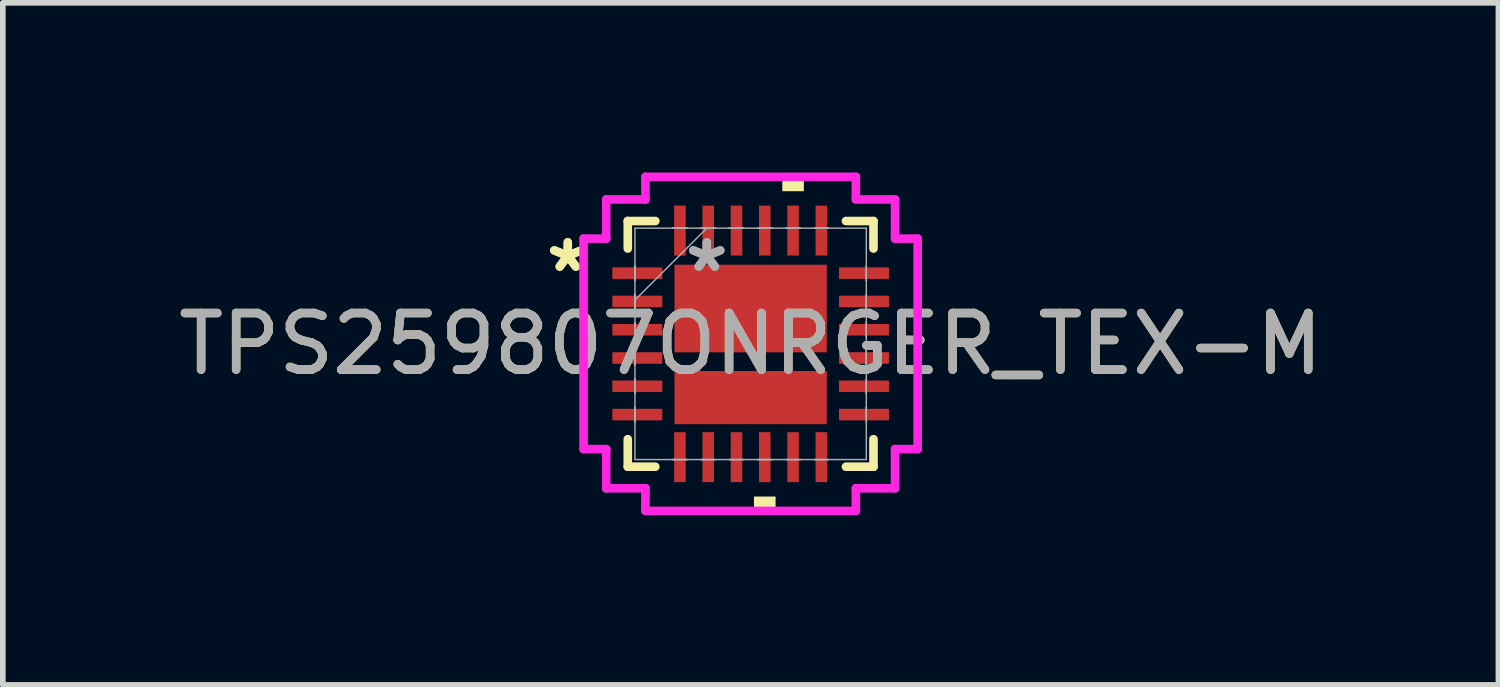
<source format=kicad_pcb>
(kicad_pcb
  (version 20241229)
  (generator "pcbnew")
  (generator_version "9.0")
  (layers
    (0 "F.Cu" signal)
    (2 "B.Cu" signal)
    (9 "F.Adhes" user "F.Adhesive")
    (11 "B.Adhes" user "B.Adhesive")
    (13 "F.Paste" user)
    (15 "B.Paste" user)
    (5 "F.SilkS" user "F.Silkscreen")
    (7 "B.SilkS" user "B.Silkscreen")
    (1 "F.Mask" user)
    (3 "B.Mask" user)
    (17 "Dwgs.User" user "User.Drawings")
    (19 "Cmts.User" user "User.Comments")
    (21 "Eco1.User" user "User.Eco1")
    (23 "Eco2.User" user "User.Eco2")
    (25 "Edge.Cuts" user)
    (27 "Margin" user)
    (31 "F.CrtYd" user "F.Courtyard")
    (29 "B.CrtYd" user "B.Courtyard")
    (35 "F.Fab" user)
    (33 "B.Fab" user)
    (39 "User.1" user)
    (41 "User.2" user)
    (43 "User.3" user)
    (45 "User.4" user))
  (footprint "TPS259807ONRGER_TEX-M"
    (layer "F.Cu")
    (at 10.22 3.029)
    (property "Reference" "TPS259807ONRGER_TEX-M" (at 0 0 0) (unlocked yes) (layer "F.SilkS") (effects (font (size 1 1) (thickness 0.15))))
    (attr smd)
    (fp_line (start -2.172 -2.172) (end -2.172 -1.685) (stroke (width 0.152) (type solid)) (layer "F.SilkS"))
    (fp_line (start -2.172 1.685) (end -2.172 2.172) (stroke (width 0.152) (type solid)) (layer "F.SilkS"))
    (fp_line (start -2.172 2.172) (end -1.685 2.172) (stroke (width 0.152) (type solid)) (layer "F.SilkS"))
    (fp_line (start -1.685 -2.172) (end -2.172 -2.172) (stroke (width 0.152) (type solid)) (layer "F.SilkS"))
    (fp_line (start 1.685 2.172) (end 2.172 2.172) (stroke (width 0.152) (type solid)) (layer "F.SilkS"))
    (fp_line (start 2.172 -2.172) (end 1.685 -2.172) (stroke (width 0.152) (type solid)) (layer "F.SilkS"))
    (fp_line (start 2.172 -1.685) (end 2.172 -2.172) (stroke (width 0.152) (type solid)) (layer "F.SilkS"))
    (fp_line (start 2.172 2.172) (end 2.172 1.685) (stroke (width 0.152) (type solid)) (layer "F.SilkS"))
    (fp_poly (pts (xy 0.059 2.699) (xy 0.059 2.953) (xy 0.441 2.953) (xy 0.441 2.699)) (stroke (width 0) (type solid)) (fill yes) (layer "F.SilkS"))
    (fp_poly (pts (xy 0.56 -2.699) (xy 0.56 -2.953) (xy 0.941 -2.953) (xy 0.941 -2.699)) (stroke (width 0) (type solid)) (fill yes) (layer "F.SilkS"))
    (fp_line (start -2.953 -1.86) (end -2.553 -1.86) (stroke (width 0.152) (type solid)) (layer "F.CrtYd"))
    (fp_line (start -2.953 1.86) (end -2.953 -1.86) (stroke (width 0.152) (type solid)) (layer "F.CrtYd"))
    (fp_line (start -2.553 -2.553) (end -1.86 -2.553) (stroke (width 0.152) (type solid)) (layer "F.CrtYd"))
    (fp_line (start -2.553 -1.86) (end -2.553 -2.553) (stroke (width 0.152) (type solid)) (layer "F.CrtYd"))
    (fp_line (start -2.553 1.86) (end -2.953 1.86) (stroke (width 0.152) (type solid)) (layer "F.CrtYd"))
    (fp_line (start -2.553 2.553) (end -2.553 1.86) (stroke (width 0.152) (type solid)) (layer "F.CrtYd"))
    (fp_line (start -1.86 -2.953) (end 1.86 -2.953) (stroke (width 0.152) (type solid)) (layer "F.CrtYd"))
    (fp_line (start -1.86 -2.553) (end -1.86 -2.953) (stroke (width 0.152) (type solid)) (layer "F.CrtYd"))
    (fp_line (start -1.86 2.553) (end -2.553 2.553) (stroke (width 0.152) (type solid)) (layer "F.CrtYd"))
    (fp_line (start -1.86 2.953) (end -1.86 2.553) (stroke (width 0.152) (type solid)) (layer "F.CrtYd"))
    (fp_line (start 1.86 -2.953) (end 1.86 -2.553) (stroke (width 0.152) (type solid)) (layer "F.CrtYd"))
    (fp_line (start 1.86 -2.553) (end 2.553 -2.553) (stroke (width 0.152) (type solid)) (layer "F.CrtYd"))
    (fp_line (start 1.86 2.553) (end 1.86 2.953) (stroke (width 0.152) (type solid)) (layer "F.CrtYd"))
    (fp_line (start 1.86 2.953) (end -1.86 2.953) (stroke (width 0.152) (type solid)) (layer "F.CrtYd"))
    (fp_line (start 2.553 -2.553) (end 2.553 -1.86) (stroke (width 0.152) (type solid)) (layer "F.CrtYd"))
    (fp_line (start 2.553 -1.86) (end 2.953 -1.86) (stroke (width 0.152) (type solid)) (layer "F.CrtYd"))
    (fp_line (start 2.553 1.86) (end 2.553 2.553) (stroke (width 0.152) (type solid)) (layer "F.CrtYd"))
    (fp_line (start 2.553 2.553) (end 1.86 2.553) (stroke (width 0.152) (type solid)) (layer "F.CrtYd"))
    (fp_line (start 2.953 -1.86) (end 2.953 1.86) (stroke (width 0.152) (type solid)) (layer "F.CrtYd"))
    (fp_line (start 2.953 1.86) (end 2.553 1.86) (stroke (width 0.152) (type solid)) (layer "F.CrtYd"))
    (fp_line (start -2.045 -2.045) (end -2.045 2.045) (stroke (width 0.025) (type solid)) (layer "F.Fab"))
    (fp_line (start -2.045 -1.377) (end -2.045 -1.377) (stroke (width 0.025) (type solid)) (layer "F.Fab"))
    (fp_line (start -2.045 -1.377) (end -2.045 -1.123) (stroke (width 0.025) (type solid)) (layer "F.Fab"))
    (fp_line (start -2.045 -1.123) (end -2.045 -1.377) (stroke (width 0.025) (type solid)) (layer "F.Fab"))
    (fp_line (start -2.045 -1.123) (end -2.045 -1.123) (stroke (width 0.025) (type solid)) (layer "F.Fab"))
    (fp_line (start -2.045 -0.877) (end -2.045 -0.877) (stroke (width 0.025) (type solid)) (layer "F.Fab"))
    (fp_line (start -2.045 -0.877) (end -2.045 -0.623) (stroke (width 0.025) (type solid)) (layer "F.Fab"))
    (fp_line (start -2.045 -0.775) (end -0.775 -2.045) (stroke (width 0.025) (type solid)) (layer "F.Fab"))
    (fp_line (start -2.045 -0.623) (end -2.045 -0.877) (stroke (width 0.025) (type solid)) (layer "F.Fab"))
    (fp_line (start -2.045 -0.623) (end -2.045 -0.623) (stroke (width 0.025) (type solid)) (layer "F.Fab"))
    (fp_line (start -2.045 -0.377) (end -2.045 -0.377) (stroke (width 0.025) (type solid)) (layer "F.Fab"))
    (fp_line (start -2.045 -0.377) (end -2.045 -0.123) (stroke (width 0.025) (type solid)) (layer "F.Fab"))
    (fp_line (start -2.045 -0.123) (end -2.045 -0.377) (stroke (width 0.025) (type solid)) (layer "F.Fab"))
    (fp_line (start -2.045 -0.123) (end -2.045 -0.123) (stroke (width 0.025) (type solid)) (layer "F.Fab"))
    (fp_line (start -2.045 0.123) (end -2.045 0.123) (stroke (width 0.025) (type solid)) (layer "F.Fab"))
    (fp_line (start -2.045 0.123) (end -2.045 0.377) (stroke (width 0.025) (type solid)) (layer "F.Fab"))
    (fp_line (start -2.045 0.377) (end -2.045 0.123) (stroke (width 0.025) (type solid)) (layer "F.Fab"))
    (fp_line (start -2.045 0.377) (end -2.045 0.377) (stroke (width 0.025) (type solid)) (layer "F.Fab"))
    (fp_line (start -2.045 0.623) (end -2.045 0.623) (stroke (width 0.025) (type solid)) (layer "F.Fab"))
    (fp_line (start -2.045 0.623) (end -2.045 0.877) (stroke (width 0.025) (type solid)) (layer "F.Fab"))
    (fp_line (start -2.045 0.877) (end -2.045 0.623) (stroke (width 0.025) (type solid)) (layer "F.Fab"))
    (fp_line (start -2.045 0.877) (end -2.045 0.877) (stroke (width 0.025) (type solid)) (layer "F.Fab"))
    (fp_line (start -2.045 1.123) (end -2.045 1.123) (stroke (width 0.025) (type solid)) (layer "F.Fab"))
    (fp_line (start -2.045 1.123) (end -2.045 1.377) (stroke (width 0.025) (type solid)) (layer "F.Fab"))
    (fp_line (start -2.045 1.377) (end -2.045 1.123) (stroke (width 0.025) (type solid)) (layer "F.Fab"))
    (fp_line (start -2.045 1.377) (end -2.045 1.377) (stroke (width 0.025) (type solid)) (layer "F.Fab"))
    (fp_line (start -2.045 2.045) (end 2.045 2.045) (stroke (width 0.025) (type solid)) (layer "F.Fab"))
    (fp_line (start -1.377 -2.045) (end -1.377 -2.045) (stroke (width 0.025) (type solid)) (layer "F.Fab"))
    (fp_line (start -1.377 -2.045) (end -1.123 -2.045) (stroke (width 0.025) (type solid)) (layer "F.Fab"))
    (fp_line (start -1.377 2.045) (end -1.377 2.045) (stroke (width 0.025) (type solid)) (layer "F.Fab"))
    (fp_line (start -1.377 2.045) (end -1.123 2.045) (stroke (width 0.025) (type solid)) (layer "F.Fab"))
    (fp_line (start -1.123 -2.045) (end -1.377 -2.045) (stroke (width 0.025) (type solid)) (layer "F.Fab"))
    (fp_line (start -1.123 -2.045) (end -1.123 -2.045) (stroke (width 0.025) (type solid)) (layer "F.Fab"))
    (fp_line (start -1.123 2.045) (end -1.377 2.045) (stroke (width 0.025) (type solid)) (layer "F.Fab"))
    (fp_line (start -1.123 2.045) (end -1.123 2.045) (stroke (width 0.025) (type solid)) (layer "F.Fab"))
    (fp_line (start -0.877 -2.045) (end -0.877 -2.045) (stroke (width 0.025) (type solid)) (layer "F.Fab"))
    (fp_line (start -0.877 -2.045) (end -0.623 -2.045) (stroke (width 0.025) (type solid)) (layer "F.Fab"))
    (fp_line (start -0.877 2.045) (end -0.877 2.045) (stroke (width 0.025) (type solid)) (layer "F.Fab"))
    (fp_line (start -0.877 2.045) (end -0.623 2.045) (stroke (width 0.025) (type solid)) (layer "F.Fab"))
    (fp_line (start -0.623 -2.045) (end -0.877 -2.045) (stroke (width 0.025) (type solid)) (layer "F.Fab"))
    (fp_line (start -0.623 -2.045) (end -0.623 -2.045) (stroke (width 0.025) (type solid)) (layer "F.Fab"))
    (fp_line (start -0.623 2.045) (end -0.877 2.045) (stroke (width 0.025) (type solid)) (layer "F.Fab"))
    (fp_line (start -0.623 2.045) (end -0.623 2.045) (stroke (width 0.025) (type solid)) (layer "F.Fab"))
    (fp_line (start -0.377 -2.045) (end -0.377 -2.045) (stroke (width 0.025) (type solid)) (layer "F.Fab"))
    (fp_line (start -0.377 -2.045) (end -0.123 -2.045) (stroke (width 0.025) (type solid)) (layer "F.Fab"))
    (fp_line (start -0.377 2.045) (end -0.377 2.045) (stroke (width 0.025) (type solid)) (layer "F.Fab"))
    (fp_line (start -0.377 2.045) (end -0.123 2.045) (stroke (width 0.025) (type solid)) (layer "F.Fab"))
    (fp_line (start -0.123 -2.045) (end -0.377 -2.045) (stroke (width 0.025) (type solid)) (layer "F.Fab"))
    (fp_line (start -0.123 -2.045) (end -0.123 -2.045) (stroke (width 0.025) (type solid)) (layer "F.Fab"))
    (fp_line (start -0.123 2.045) (end -0.377 2.045) (stroke (width 0.025) (type solid)) (layer "F.Fab"))
    (fp_line (start -0.123 2.045) (end -0.123 2.045) (stroke (width 0.025) (type solid)) (layer "F.Fab"))
    (fp_line (start 0.123 -2.045) (end 0.123 -2.045) (stroke (width 0.025) (type solid)) (layer "F.Fab"))
    (fp_line (start 0.123 -2.045) (end 0.377 -2.045) (stroke (width 0.025) (type solid)) (layer "F.Fab"))
    (fp_line (start 0.123 2.045) (end 0.123 2.045) (stroke (width 0.025) (type solid)) (layer "F.Fab"))
    (fp_line (start 0.123 2.045) (end 0.377 2.045) (stroke (width 0.025) (type solid)) (layer "F.Fab"))
    (fp_line (start 0.377 -2.045) (end 0.123 -2.045) (stroke (width 0.025) (type solid)) (layer "F.Fab"))
    (fp_line (start 0.377 -2.045) (end 0.377 -2.045) (stroke (width 0.025) (type solid)) (layer "F.Fab"))
    (fp_line (start 0.377 2.045) (end 0.123 2.045) (stroke (width 0.025) (type solid)) (layer "F.Fab"))
    (fp_line (start 0.377 2.045) (end 0.377 2.045) (stroke (width 0.025) (type solid)) (layer "F.Fab"))
    (fp_line (start 0.623 -2.045) (end 0.623 -2.045) (stroke (width 0.025) (type solid)) (layer "F.Fab"))
    (fp_line (start 0.623 -2.045) (end 0.877 -2.045) (stroke (width 0.025) (type solid)) (layer "F.Fab"))
    (fp_line (start 0.623 2.045) (end 0.623 2.045) (stroke (width 0.025) (type solid)) (layer "F.Fab"))
    (fp_line (start 0.623 2.045) (end 0.877 2.045) (stroke (width 0.025) (type solid)) (layer "F.Fab"))
    (fp_line (start 0.877 -2.045) (end 0.623 -2.045) (stroke (width 0.025) (type solid)) (layer "F.Fab"))
    (fp_line (start 0.877 -2.045) (end 0.877 -2.045) (stroke (width 0.025) (type solid)) (layer "F.Fab"))
    (fp_line (start 0.877 2.045) (end 0.623 2.045) (stroke (width 0.025) (type solid)) (layer "F.Fab"))
    (fp_line (start 0.877 2.045) (end 0.877 2.045) (stroke (width 0.025) (type solid)) (layer "F.Fab"))
    (fp_line (start 1.123 -2.045) (end 1.123 -2.045) (stroke (width 0.025) (type solid)) (layer "F.Fab"))
    (fp_line (start 1.123 -2.045) (end 1.377 -2.045) (stroke (width 0.025) (type solid)) (layer "F.Fab"))
    (fp_line (start 1.123 2.045) (end 1.123 2.045) (stroke (width 0.025) (type solid)) (layer "F.Fab"))
    (fp_line (start 1.123 2.045) (end 1.377 2.045) (stroke (width 0.025) (type solid)) (layer "F.Fab"))
    (fp_line (start 1.377 -2.045) (end 1.123 -2.045) (stroke (width 0.025) (type solid)) (layer "F.Fab"))
    (fp_line (start 1.377 -2.045) (end 1.377 -2.045) (stroke (width 0.025) (type solid)) (layer "F.Fab"))
    (fp_line (start 1.377 2.045) (end 1.123 2.045) (stroke (width 0.025) (type solid)) (layer "F.Fab"))
    (fp_line (start 1.377 2.045) (end 1.377 2.045) (stroke (width 0.025) (type solid)) (layer "F.Fab"))
    (fp_line (start 2.045 -2.045) (end -2.045 -2.045) (stroke (width 0.025) (type solid)) (layer "F.Fab"))
    (fp_line (start 2.045 -1.377) (end 2.045 -1.377) (stroke (width 0.025) (type solid)) (layer "F.Fab"))
    (fp_line (start 2.045 -1.377) (end 2.045 -1.123) (stroke (width 0.025) (type solid)) (layer "F.Fab"))
    (fp_line (start 2.045 -1.123) (end 2.045 -1.377) (stroke (width 0.025) (type solid)) (layer "F.Fab"))
    (fp_line (start 2.045 -1.123) (end 2.045 -1.123) (stroke (width 0.025) (type solid)) (layer "F.Fab"))
    (fp_line (start 2.045 -0.877) (end 2.045 -0.877) (stroke (width 0.025) (type solid)) (layer "F.Fab"))
    (fp_line (start 2.045 -0.877) (end 2.045 -0.623) (stroke (width 0.025) (type solid)) (layer "F.Fab"))
    (fp_line (start 2.045 -0.623) (end 2.045 -0.877) (stroke (width 0.025) (type solid)) (layer "F.Fab"))
    (fp_line (start 2.045 -0.623) (end 2.045 -0.623) (stroke (width 0.025) (type solid)) (layer "F.Fab"))
    (fp_line (start 2.045 -0.377) (end 2.045 -0.377) (stroke (width 0.025) (type solid)) (layer "F.Fab"))
    (fp_line (start 2.045 -0.377) (end 2.045 -0.123) (stroke (width 0.025) (type solid)) (layer "F.Fab"))
    (fp_line (start 2.045 -0.123) (end 2.045 -0.377) (stroke (width 0.025) (type solid)) (layer "F.Fab"))
    (fp_line (start 2.045 -0.123) (end 2.045 -0.123) (stroke (width 0.025) (type solid)) (layer "F.Fab"))
    (fp_line (start 2.045 0.123) (end 2.045 0.123) (stroke (width 0.025) (type solid)) (layer "F.Fab"))
    (fp_line (start 2.045 0.123) (end 2.045 0.377) (stroke (width 0.025) (type solid)) (layer "F.Fab"))
    (fp_line (start 2.045 0.377) (end 2.045 0.123) (stroke (width 0.025) (type solid)) (layer "F.Fab"))
    (fp_line (start 2.045 0.377) (end 2.045 0.377) (stroke (width 0.025) (type solid)) (layer "F.Fab"))
    (fp_line (start 2.045 0.623) (end 2.045 0.623) (stroke (width 0.025) (type solid)) (layer "F.Fab"))
    (fp_line (start 2.045 0.623) (end 2.045 0.877) (stroke (width 0.025) (type solid)) (layer "F.Fab"))
    (fp_line (start 2.045 0.877) (end 2.045 0.623) (stroke (width 0.025) (type solid)) (layer "F.Fab"))
    (fp_line (start 2.045 0.877) (end 2.045 0.877) (stroke (width 0.025) (type solid)) (layer "F.Fab"))
    (fp_line (start 2.045 1.123) (end 2.045 1.123) (stroke (width 0.025) (type solid)) (layer "F.Fab"))
    (fp_line (start 2.045 1.123) (end 2.045 1.377) (stroke (width 0.025) (type solid)) (layer "F.Fab"))
    (fp_line (start 2.045 1.377) (end 2.045 1.123) (stroke (width 0.025) (type solid)) (layer "F.Fab"))
    (fp_line (start 2.045 1.377) (end 2.045 1.377) (stroke (width 0.025) (type solid)) (layer "F.Fab"))
    (fp_line (start 2.045 2.045) (end 2.045 -2.045) (stroke (width 0.025) (type solid)) (layer "F.Fab"))
    (fp_text user "*" (at -3.232 -1.25 0) (unlocked yes) (layer "F.SilkS") (effects (font (size 1 1) (thickness 0.15))))
    (fp_text user "*" (at -3.232 -1.25 0) (layer "F.SilkS") (effects (font (size 1 1) (thickness 0.15))))
    (fp_text user "${REFERENCE}" (at 0 0 0) (unlocked yes) (layer "F.Fab") (effects (font (size 1 1) (thickness 0.15))))
    (fp_text user "*" (at -0.775 -1.25 0) (unlocked yes) (layer "F.Fab") (effects (font (size 1 1) (thickness 0.15))))
    (fp_text user "*" (at -0.775 -1.25 0) (layer "F.Fab") (effects (font (size 1 1) (thickness 0.15))))
    (pad "1" smd rect (at -2.003 -1.25 90) (size 0.204 0.883) (layers "F.Cu" "F.Mask" "F.Paste"))
    (pad "2" smd rect (at -2.003 -0.75 90) (size 0.204 0.883) (layers "F.Cu" "F.Mask" "F.Paste"))
    (pad "3" smd rect (at -2.003 -0.25 90) (size 0.204 0.883) (layers "F.Cu" "F.Mask" "F.Paste"))
    (pad "4" smd rect (at -2.003 0.25 90) (size 0.204 0.883) (layers "F.Cu" "F.Mask" "F.Paste"))
    (pad "5" smd rect (at -2.003 0.75 90) (size 0.204 0.883) (layers "F.Cu" "F.Mask" "F.Paste"))
    (pad "6" smd rect (at -2.003 1.25 90) (size 0.204 0.883) (layers "F.Cu" "F.Mask" "F.Paste"))
    (pad "7" smd rect (at -1.25 2.003) (size 0.204 0.883) (layers "F.Cu" "F.Mask" "F.Paste"))
    (pad "8" smd rect (at -0.75 2.003) (size 0.204 0.883) (layers "F.Cu" "F.Mask" "F.Paste"))
    (pad "9" smd rect (at -0.25 2.003) (size 0.204 0.883) (layers "F.Cu" "F.Mask" "F.Paste"))
    (pad "10" smd rect (at 0.25 2.003) (size 0.204 0.883) (layers "F.Cu" "F.Mask" "F.Paste"))
    (pad "11" smd rect (at 0.75 2.003) (size 0.204 0.883) (layers "F.Cu" "F.Mask" "F.Paste"))
    (pad "12" smd rect (at 1.25 2.003) (size 0.204 0.883) (layers "F.Cu" "F.Mask" "F.Paste"))
    (pad "13" smd rect (at 2.003 1.25 90) (size 0.204 0.883) (layers "F.Cu" "F.Mask" "F.Paste"))
    (pad "14" smd rect (at 2.003 0.75 90) (size 0.204 0.883) (layers "F.Cu" "F.Mask" "F.Paste"))
    (pad "15" smd rect (at 2.003 0.25 90) (size 0.204 0.883) (layers "F.Cu" "F.Mask" "F.Paste"))
    (pad "16" smd rect (at 2.003 -0.25 90) (size 0.204 0.883) (layers "F.Cu" "F.Mask" "F.Paste"))
    (pad "17" smd rect (at 2.003 -0.75 90) (size 0.204 0.883) (layers "F.Cu" "F.Mask" "F.Paste"))
    (pad "18" smd rect (at 2.003 -1.25 90) (size 0.204 0.883) (layers "F.Cu" "F.Mask" "F.Paste"))
    (pad "19" smd rect (at 1.25 -2.003) (size 0.204 0.883) (layers "F.Cu" "F.Mask" "F.Paste"))
    (pad "20" smd rect (at 0.75 -2.003) (size 0.204 0.883) (layers "F.Cu" "F.Mask" "F.Paste"))
    (pad "21" smd rect (at 0.25 -2.003) (size 0.204 0.883) (layers "F.Cu" "F.Mask" "F.Paste"))
    (pad "22" smd rect (at -0.25 -2.003) (size 0.204 0.883) (layers "F.Cu" "F.Mask" "F.Paste"))
    (pad "23" smd rect (at -0.75 -2.003) (size 0.204 0.883) (layers "F.Cu" "F.Mask" "F.Paste"))
    (pad "24" smd rect (at -1.25 -2.003) (size 0.204 0.883) (layers "F.Cu" "F.Mask" "F.Paste"))
    (pad "25" smd rect (at 0 -0.625) (size 2.692 1.549) (layers "F.Cu" "F.Mask" "F.Paste"))
    (pad "26" smd rect (at 0 0.95) (size 2.692 0.94) (layers "F.Cu" "F.Mask" "F.Paste")))
  (gr_rect
    (start -3 -3)
    (end 23.44 9.058)
    (stroke (width 0.1) (type default))
    (fill no)
    (layer "Edge.Cuts")))
</source>
